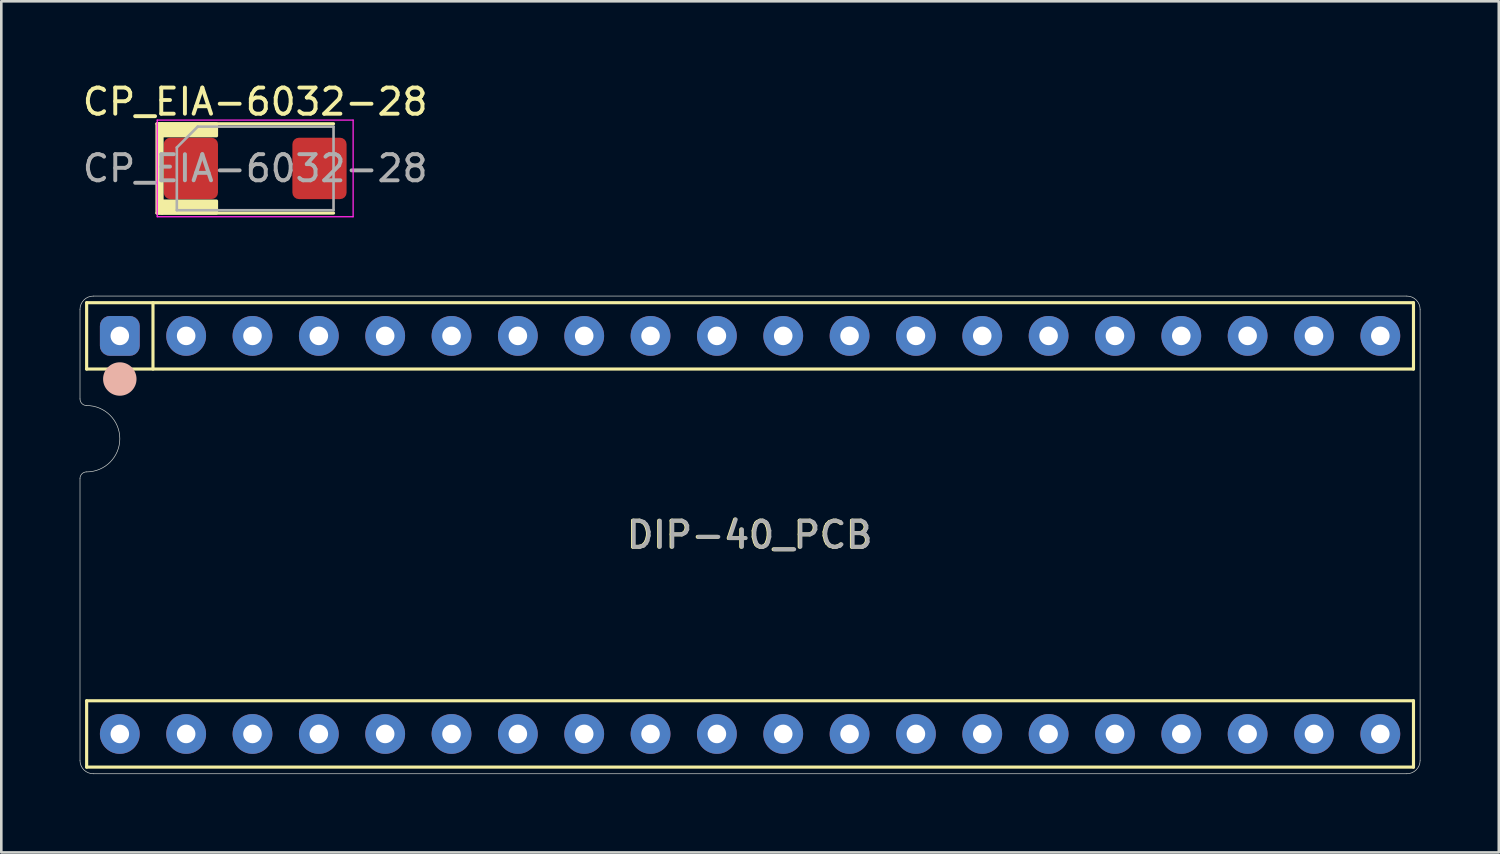
<source format=kicad_pcb>
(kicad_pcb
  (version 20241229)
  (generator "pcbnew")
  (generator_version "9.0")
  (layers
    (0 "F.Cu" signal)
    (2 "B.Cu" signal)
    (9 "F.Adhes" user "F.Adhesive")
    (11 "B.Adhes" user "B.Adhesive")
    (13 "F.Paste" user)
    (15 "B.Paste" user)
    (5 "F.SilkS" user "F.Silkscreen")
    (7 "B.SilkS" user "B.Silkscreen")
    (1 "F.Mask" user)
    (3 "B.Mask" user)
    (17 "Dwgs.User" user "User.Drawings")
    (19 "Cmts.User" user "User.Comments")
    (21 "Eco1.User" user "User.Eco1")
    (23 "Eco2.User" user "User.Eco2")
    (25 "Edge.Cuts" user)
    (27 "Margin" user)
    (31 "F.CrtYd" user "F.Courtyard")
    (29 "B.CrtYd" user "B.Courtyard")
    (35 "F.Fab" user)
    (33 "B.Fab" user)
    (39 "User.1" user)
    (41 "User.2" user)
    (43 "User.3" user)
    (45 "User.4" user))
  (footprint "DIP-40_PCB"
    (layer "F.Cu")
    (at 25.667 17.43)
    (property "Reference" "DIP-40_PCB" (at -0.03 0 0) (layer "F.SilkS") (effects (font (size 1 1) (thickness 0.15))))
    (attr through_hole)
    (fp_line (start -25.4 -8.89) (end -25.4 -6.35) (stroke (width 0.12) (type solid)) (layer "F.SilkS"))
    (fp_line (start -25.4 -6.35) (end 25.4 -6.35) (stroke (width 0.12) (type solid)) (layer "F.SilkS"))
    (fp_line (start -25.4 6.35) (end -25.4 8.89) (stroke (width 0.12) (type solid)) (layer "F.SilkS"))
    (fp_line (start -25.4 8.89) (end 25.4 8.89) (stroke (width 0.12) (type solid)) (layer "F.SilkS"))
    (fp_line (start -22.86 -8.89) (end -22.86 -6.35) (stroke (width 0.12) (type solid)) (layer "F.SilkS"))
    (fp_line (start 25.4 -8.89) (end -25.4 -8.89) (stroke (width 0.12) (type solid)) (layer "F.SilkS"))
    (fp_line (start 25.4 -6.35) (end 25.4 -8.89) (stroke (width 0.12) (type solid)) (layer "F.SilkS"))
    (fp_line (start 25.4 6.35) (end -25.4 6.35) (stroke (width 0.12) (type solid)) (layer "F.SilkS"))
    (fp_line (start 25.4 8.89) (end 25.4 6.35) (stroke (width 0.12) (type solid)) (layer "F.SilkS"))
    (fp_circle (center -24.13 -5.969) (end -23.495 -5.969) (stroke (width 0.01) (type solid)) (fill yes) (layer "B.SilkS"))
    (fp_line (start -25.654 -5.207) (end -25.654 -8.636) (stroke (width 0.025) (type default)) (layer "Edge.Cuts"))
    (fp_line (start -25.654 8.636) (end -25.654 -2.159) (stroke (width 0.025) (type default)) (layer "Edge.Cuts"))
    (fp_line (start -25.146 -9.144) (end 25.146 -9.144) (stroke (width 0.025) (type default)) (layer "Edge.Cuts"))
    (fp_line (start 25.146 9.144) (end -25.146 9.144) (stroke (width 0.025) (type default)) (layer "Edge.Cuts"))
    (fp_line (start 25.654 -8.636) (end 25.654 8.636) (stroke (width 0.025) (type default)) (layer "Edge.Cuts"))
    (fp_arc (start -25.654 -8.636) (mid -25.50521 -8.99521) (end -25.146 -9.144) (stroke (width 0.0254) (type default)) (layer "Edge.Cuts"))
    (fp_arc (start -25.654 -2.159) (mid -25.579605 -2.338605) (end -25.4 -2.413) (stroke (width 0.0254) (type default)) (layer "Edge.Cuts"))
    (fp_arc (start -25.4 -4.953) (mid -25.579605 -5.027395) (end -25.654 -5.207) (stroke (width 0.0254) (type default)) (layer "Edge.Cuts"))
    (fp_arc (start -25.4 -4.953) (mid -24.13 -3.683) (end -25.4 -2.413) (stroke (width 0.0254) (type default)) (layer "Edge.Cuts"))
    (fp_arc (start -25.146 9.144) (mid -25.50521 8.99521) (end -25.654 8.636) (stroke (width 0.0254) (type default)) (layer "Edge.Cuts"))
    (fp_arc (start 25.146 -9.144) (mid 25.50521 -8.99521) (end 25.654 -8.636) (stroke (width 0.0254) (type default)) (layer "Edge.Cuts"))
    (fp_arc (start 25.654 8.636) (mid 25.50521 8.99521) (end 25.146 9.144) (stroke (width 0.0254) (type default)) (layer "Edge.Cuts"))
    (fp_text user "${REFERENCE}" (at 0 0 0) (layer "F.Fab") (effects (font (size 1 1) (thickness 0.15))))
    (pad "1" thru_hole roundrect (at -24.13 -7.62 90) (size 1.524 1.524) (drill 0.711) (layers "*.Cu" "*.Mask") (roundrect_rratio 0.25))
    (pad "2" thru_hole circle (at -21.59 -7.62 90) (size 1.524 1.524) (drill 0.711) (layers "*.Cu" "*.Mask"))
    (pad "3" thru_hole circle (at -19.05 -7.62 90) (size 1.524 1.524) (drill 0.711) (layers "*.Cu" "*.Mask"))
    (pad "4" thru_hole circle (at -16.51 -7.62 90) (size 1.524 1.524) (drill 0.711) (layers "*.Cu" "*.Mask"))
    (pad "5" thru_hole circle (at -13.97 -7.62 90) (size 1.524 1.524) (drill 0.711) (layers "*.Cu" "*.Mask"))
    (pad "6" thru_hole circle (at -11.43 -7.62 90) (size 1.524 1.524) (drill 0.711) (layers "*.Cu" "*.Mask"))
    (pad "7" thru_hole circle (at -8.89 -7.62 90) (size 1.524 1.524) (drill 0.711) (layers "*.Cu" "*.Mask"))
    (pad "8" thru_hole circle (at -6.35 -7.62 90) (size 1.524 1.524) (drill 0.711) (layers "*.Cu" "*.Mask"))
    (pad "9" thru_hole circle (at -3.81 -7.62 90) (size 1.524 1.524) (drill 0.711) (layers "*.Cu" "*.Mask"))
    (pad "10" thru_hole circle (at -1.27 -7.62 90) (size 1.524 1.524) (drill 0.711) (layers "*.Cu" "*.Mask"))
    (pad "11" thru_hole circle (at 1.27 -7.62 90) (size 1.524 1.524) (drill 0.711) (layers "*.Cu" "*.Mask"))
    (pad "12" thru_hole circle (at 3.81 -7.62 90) (size 1.524 1.524) (drill 0.711) (layers "*.Cu" "*.Mask"))
    (pad "13" thru_hole circle (at 6.35 -7.62 90) (size 1.524 1.524) (drill 0.711) (layers "*.Cu" "*.Mask"))
    (pad "14" thru_hole circle (at 8.89 -7.62 90) (size 1.524 1.524) (drill 0.711) (layers "*.Cu" "*.Mask"))
    (pad "15" thru_hole circle (at 11.43 -7.62 90) (size 1.524 1.524) (drill 0.711) (layers "*.Cu" "*.Mask"))
    (pad "16" thru_hole circle (at 13.97 -7.62 90) (size 1.524 1.524) (drill 0.711) (layers "*.Cu" "*.Mask"))
    (pad "17" thru_hole circle (at 16.51 -7.62 90) (size 1.524 1.524) (drill 0.711) (layers "*.Cu" "*.Mask"))
    (pad "18" thru_hole circle (at 19.05 -7.62 90) (size 1.524 1.524) (drill 0.711) (layers "*.Cu" "*.Mask"))
    (pad "19" thru_hole circle (at 21.59 -7.62 90) (size 1.524 1.524) (drill 0.711) (layers "*.Cu" "*.Mask"))
    (pad "20" thru_hole circle (at 24.13 -7.62 90) (size 1.524 1.524) (drill 0.711) (layers "*.Cu" "*.Mask"))
    (pad "21" thru_hole circle (at 24.13 7.62 90) (size 1.524 1.524) (drill 0.711) (layers "*.Cu" "*.Mask"))
    (pad "22" thru_hole circle (at 21.59 7.62 90) (size 1.524 1.524) (drill 0.711) (layers "*.Cu" "*.Mask"))
    (pad "23" thru_hole circle (at 19.05 7.62 90) (size 1.524 1.524) (drill 0.711) (layers "*.Cu" "*.Mask"))
    (pad "24" thru_hole circle (at 16.51 7.62 90) (size 1.524 1.524) (drill 0.711) (layers "*.Cu" "*.Mask"))
    (pad "25" thru_hole circle (at 13.97 7.62 90) (size 1.524 1.524) (drill 0.711) (layers "*.Cu" "*.Mask"))
    (pad "26" thru_hole circle (at 11.43 7.62 90) (size 1.524 1.524) (drill 0.711) (layers "*.Cu" "*.Mask"))
    (pad "27" thru_hole circle (at 8.89 7.62 90) (size 1.524 1.524) (drill 0.711) (layers "*.Cu" "*.Mask"))
    (pad "28" thru_hole circle (at 6.35 7.62 90) (size 1.524 1.524) (drill 0.711) (layers "*.Cu" "*.Mask"))
    (pad "29" thru_hole circle (at 3.81 7.62 90) (size 1.524 1.524) (drill 0.711) (layers "*.Cu" "*.Mask"))
    (pad "30" thru_hole circle (at 1.27 7.62 90) (size 1.524 1.524) (drill 0.711) (layers "*.Cu" "*.Mask"))
    (pad "31" thru_hole circle (at -1.27 7.62 90) (size 1.524 1.524) (drill 0.711) (layers "*.Cu" "*.Mask"))
    (pad "32" thru_hole circle (at -3.81 7.62 90) (size 1.524 1.524) (drill 0.711) (layers "*.Cu" "*.Mask"))
    (pad "33" thru_hole circle (at -6.35 7.62 90) (size 1.524 1.524) (drill 0.711) (layers "*.Cu" "*.Mask"))
    (pad "34" thru_hole circle (at -8.89 7.62 90) (size 1.524 1.524) (drill 0.711) (layers "*.Cu" "*.Mask"))
    (pad "35" thru_hole circle (at -11.43 7.62 90) (size 1.524 1.524) (drill 0.711) (layers "*.Cu" "*.Mask"))
    (pad "36" thru_hole circle (at -13.97 7.62 90) (size 1.524 1.524) (drill 0.711) (layers "*.Cu" "*.Mask"))
    (pad "37" thru_hole circle (at -16.51 7.62 90) (size 1.524 1.524) (drill 0.711) (layers "*.Cu" "*.Mask"))
    (pad "38" thru_hole circle (at -19.05 7.62 90) (size 1.524 1.524) (drill 0.711) (layers "*.Cu" "*.Mask"))
    (pad "39" thru_hole circle (at -21.59 7.62 90) (size 1.524 1.524) (drill 0.711) (layers "*.Cu" "*.Mask"))
    (pad "40" thru_hole circle (at -24.13 7.62 90) (size 1.524 1.524) (drill 0.711) (layers "*.Cu" "*.Mask")))
  (footprint "CP_EIA-6032-28"
    (layer "F.Cu")
    (at 6.72 3.398)
    (property "Reference" "CP_EIA-6032-28" (at 0 -2.55 0) (layer "F.SilkS") (effects (font (size 1 1) (thickness 0.15))))
    (attr smd)
    (fp_line (start -3.76 1.71) (end 3 1.71) (stroke (width 0.12) (type solid)) (layer "F.SilkS"))
    (fp_line (start 3 -1.71) (end -3.76 -1.71) (stroke (width 0.12) (type solid)) (layer "F.SilkS"))
    (fp_rect (start -3.76 -1.71) (end -3.565 1.71) (stroke (width 0.12) (type solid)) (fill yes) (layer "F.SilkS"))
    (fp_rect (start -3.565 -1.71) (end -1.48 -1.25) (stroke (width 0.12) (type solid)) (fill yes) (layer "F.SilkS"))
    (fp_rect (start -3.565 1.25) (end -1.48 1.71) (stroke (width 0.12) (type solid)) (fill yes) (layer "F.SilkS"))
    (fp_line (start -3.75 -1.85) (end 3.75 -1.85) (stroke (width 0.05) (type solid)) (layer "F.CrtYd"))
    (fp_line (start -3.75 1.85) (end -3.75 -1.85) (stroke (width 0.05) (type solid)) (layer "F.CrtYd"))
    (fp_line (start 3.75 -1.85) (end 3.75 1.85) (stroke (width 0.05) (type solid)) (layer "F.CrtYd"))
    (fp_line (start 3.75 1.85) (end -3.75 1.85) (stroke (width 0.05) (type solid)) (layer "F.CrtYd"))
    (fp_line (start -3 -0.8) (end -3 1.6) (stroke (width 0.1) (type solid)) (layer "F.Fab"))
    (fp_line (start -3 1.6) (end 3 1.6) (stroke (width 0.1) (type solid)) (layer "F.Fab"))
    (fp_line (start -2.2 -1.6) (end -3 -0.8) (stroke (width 0.1) (type solid)) (layer "F.Fab"))
    (fp_line (start 3 -1.6) (end -2.2 -1.6) (stroke (width 0.1) (type solid)) (layer "F.Fab"))
    (fp_line (start 3 1.6) (end 3 -1.6) (stroke (width 0.1) (type solid)) (layer "F.Fab"))
    (fp_text user "${REFERENCE}" (at 0 0 0) (layer "F.Fab") (effects (font (size 1 1) (thickness 0.15))))
    (pad "1" smd roundrect (at -2.462 0) (size 2.075 2.35) (layers "F.Cu" "F.Mask" "F.Paste") (roundrect_rratio 0.12))
    (pad "2" smd roundrect (at 2.462 0) (size 2.075 2.35) (layers "F.Cu" "F.Mask" "F.Paste") (roundrect_rratio 0.12)))
  (gr_rect
    (start -3 -3)
    (end 54.333 29.587)
    (stroke (width 0.1) (type default))
    (fill no)
    (layer "Edge.Cuts")))
</source>
